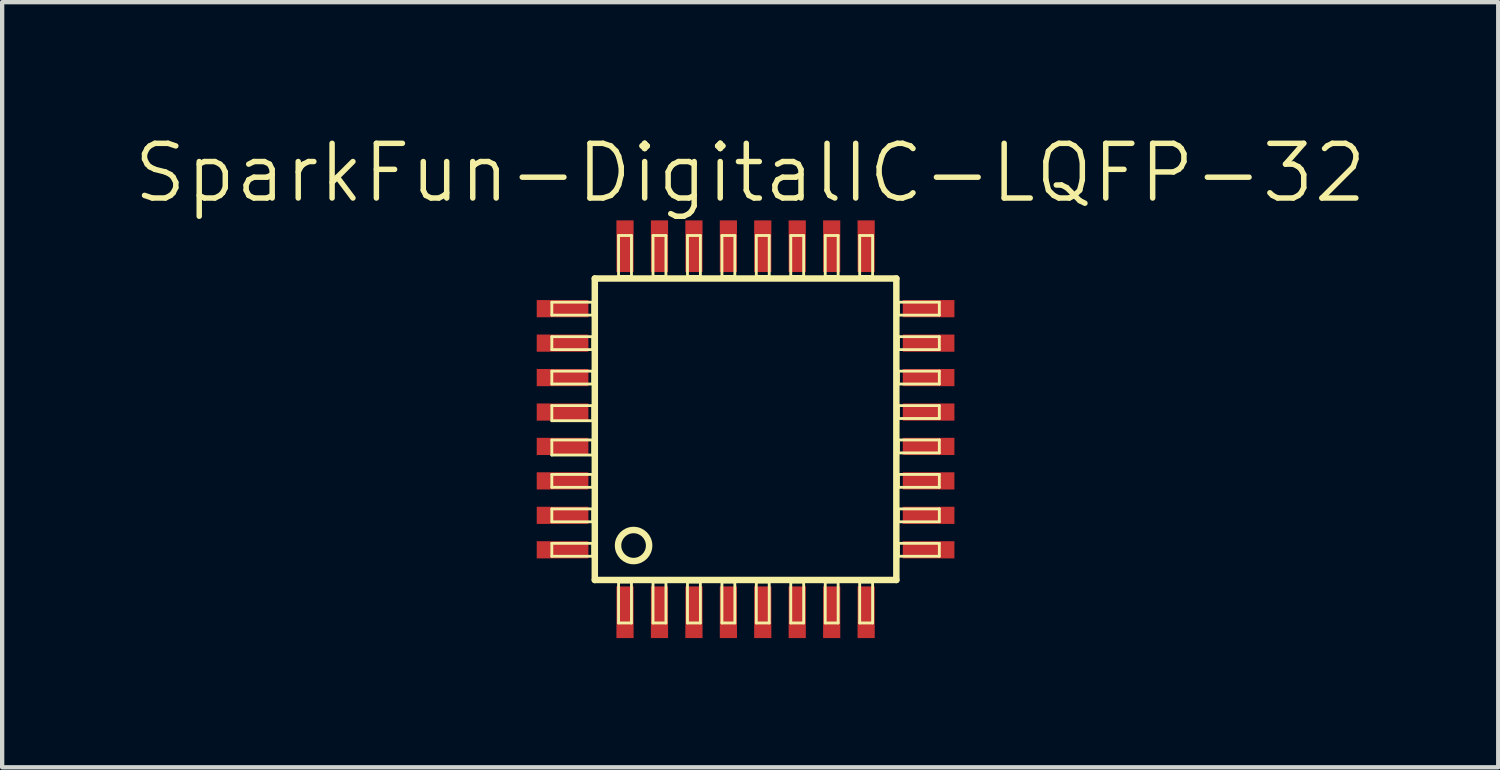
<source format=kicad_pcb>
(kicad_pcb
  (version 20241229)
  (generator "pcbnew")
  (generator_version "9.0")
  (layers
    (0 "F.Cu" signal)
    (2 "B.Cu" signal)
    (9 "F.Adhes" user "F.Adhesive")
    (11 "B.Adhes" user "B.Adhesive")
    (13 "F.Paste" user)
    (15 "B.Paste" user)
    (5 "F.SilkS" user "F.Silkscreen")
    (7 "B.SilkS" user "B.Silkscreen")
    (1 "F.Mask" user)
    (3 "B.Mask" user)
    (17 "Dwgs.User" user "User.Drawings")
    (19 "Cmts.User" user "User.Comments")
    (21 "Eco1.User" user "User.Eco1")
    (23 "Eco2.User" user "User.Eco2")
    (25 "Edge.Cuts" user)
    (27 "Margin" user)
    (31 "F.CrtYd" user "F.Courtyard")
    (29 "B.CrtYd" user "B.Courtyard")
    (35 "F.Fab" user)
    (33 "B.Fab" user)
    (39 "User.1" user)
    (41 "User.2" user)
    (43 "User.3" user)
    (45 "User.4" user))
  (footprint "SparkFun-DigitalIC-LQFP-32"
    (layer "F.Cu")
    (at 14.259 6.915)
    (property "Reference" "SparkFun-DigitalIC-LQFP-32" (at 0.107 -5.949 0) (layer "F.SilkS") (effects (font (size 1.27 1.27) (thickness 0.127))))
    (attr smd)
    (fp_line (start -4.498 -2.949) (end -3.548 -2.949) (stroke (width 0.066) (type solid)) (layer "F.SilkS"))
    (fp_line (start -4.498 -2.649) (end -4.498 -2.949) (stroke (width 0.066) (type solid)) (layer "F.SilkS"))
    (fp_line (start -4.498 -2.649) (end -3.548 -2.649) (stroke (width 0.066) (type solid)) (layer "F.SilkS"))
    (fp_line (start -4.498 -2.149) (end -3.548 -2.149) (stroke (width 0.066) (type solid)) (layer "F.SilkS"))
    (fp_line (start -4.498 -1.849) (end -4.498 -2.149) (stroke (width 0.066) (type solid)) (layer "F.SilkS"))
    (fp_line (start -4.498 -1.849) (end -3.548 -1.849) (stroke (width 0.066) (type solid)) (layer "F.SilkS"))
    (fp_line (start -4.498 -1.349) (end -3.548 -1.349) (stroke (width 0.066) (type solid)) (layer "F.SilkS"))
    (fp_line (start -4.498 -1.049) (end -4.498 -1.349) (stroke (width 0.066) (type solid)) (layer "F.SilkS"))
    (fp_line (start -4.498 -1.049) (end -3.548 -1.049) (stroke (width 0.066) (type solid)) (layer "F.SilkS"))
    (fp_line (start -4.498 -0.549) (end -3.548 -0.549) (stroke (width 0.066) (type solid)) (layer "F.SilkS"))
    (fp_line (start -4.498 -0.198) (end -4.498 -0.549) (stroke (width 0.066) (type solid)) (layer "F.SilkS"))
    (fp_line (start -4.498 -0.198) (end -3.548 -0.198) (stroke (width 0.066) (type solid)) (layer "F.SilkS"))
    (fp_line (start -4.498 0.249) (end -3.548 0.249) (stroke (width 0.066) (type solid)) (layer "F.SilkS"))
    (fp_line (start -4.498 0.599) (end -4.498 0.249) (stroke (width 0.066) (type solid)) (layer "F.SilkS"))
    (fp_line (start -4.498 0.599) (end -3.548 0.599) (stroke (width 0.066) (type solid)) (layer "F.SilkS"))
    (fp_line (start -4.498 1.049) (end -3.548 1.049) (stroke (width 0.066) (type solid)) (layer "F.SilkS"))
    (fp_line (start -4.498 1.349) (end -4.498 1.049) (stroke (width 0.066) (type solid)) (layer "F.SilkS"))
    (fp_line (start -4.498 1.349) (end -3.548 1.349) (stroke (width 0.066) (type solid)) (layer "F.SilkS"))
    (fp_line (start -4.498 1.849) (end -3.548 1.849) (stroke (width 0.066) (type solid)) (layer "F.SilkS"))
    (fp_line (start -4.498 2.149) (end -4.498 1.849) (stroke (width 0.066) (type solid)) (layer "F.SilkS"))
    (fp_line (start -4.498 2.149) (end -3.548 2.149) (stroke (width 0.066) (type solid)) (layer "F.SilkS"))
    (fp_line (start -4.498 2.649) (end -3.548 2.649) (stroke (width 0.066) (type solid)) (layer "F.SilkS"))
    (fp_line (start -4.498 2.949) (end -4.498 2.649) (stroke (width 0.066) (type solid)) (layer "F.SilkS"))
    (fp_line (start -4.498 2.949) (end -3.548 2.949) (stroke (width 0.066) (type solid)) (layer "F.SilkS"))
    (fp_line (start -3.548 -2.649) (end -3.548 -2.949) (stroke (width 0.066) (type solid)) (layer "F.SilkS"))
    (fp_line (start -3.548 -1.849) (end -3.548 -2.149) (stroke (width 0.066) (type solid)) (layer "F.SilkS"))
    (fp_line (start -3.548 -1.049) (end -3.548 -1.349) (stroke (width 0.066) (type solid)) (layer "F.SilkS"))
    (fp_line (start -3.548 -0.198) (end -3.548 -0.549) (stroke (width 0.066) (type solid)) (layer "F.SilkS"))
    (fp_line (start -3.548 0.599) (end -3.548 0.249) (stroke (width 0.066) (type solid)) (layer "F.SilkS"))
    (fp_line (start -3.548 1.349) (end -3.548 1.049) (stroke (width 0.066) (type solid)) (layer "F.SilkS"))
    (fp_line (start -3.548 2.149) (end -3.548 1.849) (stroke (width 0.066) (type solid)) (layer "F.SilkS"))
    (fp_line (start -3.548 2.949) (end -3.548 2.649) (stroke (width 0.066) (type solid)) (layer "F.SilkS"))
    (fp_line (start -3.5 -3.5) (end -3.5 3.5) (stroke (width 0.15) (type solid)) (layer "F.SilkS"))
    (fp_line (start -3.5 3.5) (end 3.5 3.5) (stroke (width 0.15) (type solid)) (layer "F.SilkS"))
    (fp_line (start -2.949 -4.498) (end -2.649 -4.498) (stroke (width 0.066) (type solid)) (layer "F.SilkS"))
    (fp_line (start -2.949 -3.548) (end -2.949 -4.498) (stroke (width 0.066) (type solid)) (layer "F.SilkS"))
    (fp_line (start -2.949 -3.548) (end -2.649 -3.548) (stroke (width 0.066) (type solid)) (layer "F.SilkS"))
    (fp_line (start -2.949 3.548) (end -2.649 3.548) (stroke (width 0.066) (type solid)) (layer "F.SilkS"))
    (fp_line (start -2.949 4.498) (end -2.949 3.548) (stroke (width 0.066) (type solid)) (layer "F.SilkS"))
    (fp_line (start -2.949 4.498) (end -2.649 4.498) (stroke (width 0.066) (type solid)) (layer "F.SilkS"))
    (fp_line (start -2.649 -3.548) (end -2.649 -4.498) (stroke (width 0.066) (type solid)) (layer "F.SilkS"))
    (fp_line (start -2.649 4.498) (end -2.649 3.548) (stroke (width 0.066) (type solid)) (layer "F.SilkS"))
    (fp_line (start -2.149 -4.498) (end -1.849 -4.498) (stroke (width 0.066) (type solid)) (layer "F.SilkS"))
    (fp_line (start -2.149 -3.548) (end -2.149 -4.498) (stroke (width 0.066) (type solid)) (layer "F.SilkS"))
    (fp_line (start -2.149 -3.548) (end -1.849 -3.548) (stroke (width 0.066) (type solid)) (layer "F.SilkS"))
    (fp_line (start -2.149 3.548) (end -1.849 3.548) (stroke (width 0.066) (type solid)) (layer "F.SilkS"))
    (fp_line (start -2.149 4.498) (end -2.149 3.548) (stroke (width 0.066) (type solid)) (layer "F.SilkS"))
    (fp_line (start -2.149 4.498) (end -1.849 4.498) (stroke (width 0.066) (type solid)) (layer "F.SilkS"))
    (fp_line (start -1.849 -3.548) (end -1.849 -4.498) (stroke (width 0.066) (type solid)) (layer "F.SilkS"))
    (fp_line (start -1.849 4.498) (end -1.849 3.548) (stroke (width 0.066) (type solid)) (layer "F.SilkS"))
    (fp_line (start -1.349 -4.498) (end -1.049 -4.498) (stroke (width 0.066) (type solid)) (layer "F.SilkS"))
    (fp_line (start -1.349 -3.548) (end -1.349 -4.498) (stroke (width 0.066) (type solid)) (layer "F.SilkS"))
    (fp_line (start -1.349 -3.548) (end -1.049 -3.548) (stroke (width 0.066) (type solid)) (layer "F.SilkS"))
    (fp_line (start -1.349 3.548) (end -1.049 3.548) (stroke (width 0.066) (type solid)) (layer "F.SilkS"))
    (fp_line (start -1.349 4.498) (end -1.349 3.548) (stroke (width 0.066) (type solid)) (layer "F.SilkS"))
    (fp_line (start -1.349 4.498) (end -1.049 4.498) (stroke (width 0.066) (type solid)) (layer "F.SilkS"))
    (fp_line (start -1.049 -3.548) (end -1.049 -4.498) (stroke (width 0.066) (type solid)) (layer "F.SilkS"))
    (fp_line (start -1.049 4.498) (end -1.049 3.548) (stroke (width 0.066) (type solid)) (layer "F.SilkS"))
    (fp_line (start -0.549 -4.498) (end -0.249 -4.498) (stroke (width 0.066) (type solid)) (layer "F.SilkS"))
    (fp_line (start -0.549 -3.548) (end -0.549 -4.498) (stroke (width 0.066) (type solid)) (layer "F.SilkS"))
    (fp_line (start -0.549 -3.548) (end -0.249 -3.548) (stroke (width 0.066) (type solid)) (layer "F.SilkS"))
    (fp_line (start -0.549 3.548) (end -0.249 3.548) (stroke (width 0.066) (type solid)) (layer "F.SilkS"))
    (fp_line (start -0.549 4.498) (end -0.549 3.548) (stroke (width 0.066) (type solid)) (layer "F.SilkS"))
    (fp_line (start -0.549 4.498) (end -0.249 4.498) (stroke (width 0.066) (type solid)) (layer "F.SilkS"))
    (fp_line (start -0.249 -3.548) (end -0.249 -4.498) (stroke (width 0.066) (type solid)) (layer "F.SilkS"))
    (fp_line (start -0.249 4.498) (end -0.249 3.548) (stroke (width 0.066) (type solid)) (layer "F.SilkS"))
    (fp_line (start 0.249 -4.498) (end 0.549 -4.498) (stroke (width 0.066) (type solid)) (layer "F.SilkS"))
    (fp_line (start 0.249 -3.548) (end 0.249 -4.498) (stroke (width 0.066) (type solid)) (layer "F.SilkS"))
    (fp_line (start 0.249 -3.548) (end 0.549 -3.548) (stroke (width 0.066) (type solid)) (layer "F.SilkS"))
    (fp_line (start 0.249 3.548) (end 0.549 3.548) (stroke (width 0.066) (type solid)) (layer "F.SilkS"))
    (fp_line (start 0.249 4.498) (end 0.249 3.548) (stroke (width 0.066) (type solid)) (layer "F.SilkS"))
    (fp_line (start 0.249 4.498) (end 0.549 4.498) (stroke (width 0.066) (type solid)) (layer "F.SilkS"))
    (fp_line (start 0.549 -3.548) (end 0.549 -4.498) (stroke (width 0.066) (type solid)) (layer "F.SilkS"))
    (fp_line (start 0.549 4.498) (end 0.549 3.548) (stroke (width 0.066) (type solid)) (layer "F.SilkS"))
    (fp_line (start 1.049 -4.498) (end 1.349 -4.498) (stroke (width 0.066) (type solid)) (layer "F.SilkS"))
    (fp_line (start 1.049 -3.548) (end 1.049 -4.498) (stroke (width 0.066) (type solid)) (layer "F.SilkS"))
    (fp_line (start 1.049 -3.548) (end 1.349 -3.548) (stroke (width 0.066) (type solid)) (layer "F.SilkS"))
    (fp_line (start 1.049 3.548) (end 1.349 3.548) (stroke (width 0.066) (type solid)) (layer "F.SilkS"))
    (fp_line (start 1.049 4.498) (end 1.049 3.548) (stroke (width 0.066) (type solid)) (layer "F.SilkS"))
    (fp_line (start 1.049 4.498) (end 1.349 4.498) (stroke (width 0.066) (type solid)) (layer "F.SilkS"))
    (fp_line (start 1.349 -3.548) (end 1.349 -4.498) (stroke (width 0.066) (type solid)) (layer "F.SilkS"))
    (fp_line (start 1.349 4.498) (end 1.349 3.548) (stroke (width 0.066) (type solid)) (layer "F.SilkS"))
    (fp_line (start 1.849 -4.498) (end 2.149 -4.498) (stroke (width 0.066) (type solid)) (layer "F.SilkS"))
    (fp_line (start 1.849 -3.548) (end 1.849 -4.498) (stroke (width 0.066) (type solid)) (layer "F.SilkS"))
    (fp_line (start 1.849 -3.548) (end 2.149 -3.548) (stroke (width 0.066) (type solid)) (layer "F.SilkS"))
    (fp_line (start 1.849 3.548) (end 2.149 3.548) (stroke (width 0.066) (type solid)) (layer "F.SilkS"))
    (fp_line (start 1.849 4.498) (end 1.849 3.548) (stroke (width 0.066) (type solid)) (layer "F.SilkS"))
    (fp_line (start 1.849 4.498) (end 2.149 4.498) (stroke (width 0.066) (type solid)) (layer "F.SilkS"))
    (fp_line (start 2.149 -3.548) (end 2.149 -4.498) (stroke (width 0.066) (type solid)) (layer "F.SilkS"))
    (fp_line (start 2.149 4.498) (end 2.149 3.548) (stroke (width 0.066) (type solid)) (layer "F.SilkS"))
    (fp_line (start 2.649 -4.498) (end 2.949 -4.498) (stroke (width 0.066) (type solid)) (layer "F.SilkS"))
    (fp_line (start 2.649 -3.548) (end 2.649 -4.498) (stroke (width 0.066) (type solid)) (layer "F.SilkS"))
    (fp_line (start 2.649 -3.548) (end 2.949 -3.548) (stroke (width 0.066) (type solid)) (layer "F.SilkS"))
    (fp_line (start 2.649 3.548) (end 2.949 3.548) (stroke (width 0.066) (type solid)) (layer "F.SilkS"))
    (fp_line (start 2.649 4.498) (end 2.649 3.548) (stroke (width 0.066) (type solid)) (layer "F.SilkS"))
    (fp_line (start 2.649 4.498) (end 2.949 4.498) (stroke (width 0.066) (type solid)) (layer "F.SilkS"))
    (fp_line (start 2.949 -3.548) (end 2.949 -4.498) (stroke (width 0.066) (type solid)) (layer "F.SilkS"))
    (fp_line (start 2.949 4.498) (end 2.949 3.548) (stroke (width 0.066) (type solid)) (layer "F.SilkS"))
    (fp_line (start 3.5 -3.5) (end -3.5 -3.5) (stroke (width 0.15) (type solid)) (layer "F.SilkS"))
    (fp_line (start 3.5 3.5) (end 3.5 -3.5) (stroke (width 0.15) (type solid)) (layer "F.SilkS"))
    (fp_line (start 3.548 -2.949) (end 4.498 -2.949) (stroke (width 0.066) (type solid)) (layer "F.SilkS"))
    (fp_line (start 3.548 -2.649) (end 3.548 -2.949) (stroke (width 0.066) (type solid)) (layer "F.SilkS"))
    (fp_line (start 3.548 -2.649) (end 4.498 -2.649) (stroke (width 0.066) (type solid)) (layer "F.SilkS"))
    (fp_line (start 3.548 -2.149) (end 4.498 -2.149) (stroke (width 0.066) (type solid)) (layer "F.SilkS"))
    (fp_line (start 3.548 -1.849) (end 3.548 -2.149) (stroke (width 0.066) (type solid)) (layer "F.SilkS"))
    (fp_line (start 3.548 -1.849) (end 4.498 -1.849) (stroke (width 0.066) (type solid)) (layer "F.SilkS"))
    (fp_line (start 3.548 -1.349) (end 4.498 -1.349) (stroke (width 0.066) (type solid)) (layer "F.SilkS"))
    (fp_line (start 3.548 -1.049) (end 3.548 -1.349) (stroke (width 0.066) (type solid)) (layer "F.SilkS"))
    (fp_line (start 3.548 -1.049) (end 4.498 -1.049) (stroke (width 0.066) (type solid)) (layer "F.SilkS"))
    (fp_line (start 3.548 -0.549) (end 4.498 -0.549) (stroke (width 0.066) (type solid)) (layer "F.SilkS"))
    (fp_line (start 3.548 -0.249) (end 3.548 -0.549) (stroke (width 0.066) (type solid)) (layer "F.SilkS"))
    (fp_line (start 3.548 -0.249) (end 4.498 -0.249) (stroke (width 0.066) (type solid)) (layer "F.SilkS"))
    (fp_line (start 3.548 0.249) (end 4.498 0.249) (stroke (width 0.066) (type solid)) (layer "F.SilkS"))
    (fp_line (start 3.548 0.549) (end 3.548 0.249) (stroke (width 0.066) (type solid)) (layer "F.SilkS"))
    (fp_line (start 3.548 0.549) (end 4.498 0.549) (stroke (width 0.066) (type solid)) (layer "F.SilkS"))
    (fp_line (start 3.548 1.049) (end 4.498 1.049) (stroke (width 0.066) (type solid)) (layer "F.SilkS"))
    (fp_line (start 3.548 1.349) (end 3.548 1.049) (stroke (width 0.066) (type solid)) (layer "F.SilkS"))
    (fp_line (start 3.548 1.349) (end 4.498 1.349) (stroke (width 0.066) (type solid)) (layer "F.SilkS"))
    (fp_line (start 3.548 1.849) (end 4.498 1.849) (stroke (width 0.066) (type solid)) (layer "F.SilkS"))
    (fp_line (start 3.548 2.149) (end 3.548 1.849) (stroke (width 0.066) (type solid)) (layer "F.SilkS"))
    (fp_line (start 3.548 2.149) (end 4.498 2.149) (stroke (width 0.066) (type solid)) (layer "F.SilkS"))
    (fp_line (start 3.548 2.649) (end 4.498 2.649) (stroke (width 0.066) (type solid)) (layer "F.SilkS"))
    (fp_line (start 3.548 2.949) (end 3.548 2.649) (stroke (width 0.066) (type solid)) (layer "F.SilkS"))
    (fp_line (start 3.548 2.949) (end 4.498 2.949) (stroke (width 0.066) (type solid)) (layer "F.SilkS"))
    (fp_line (start 4.498 -2.649) (end 4.498 -2.949) (stroke (width 0.066) (type solid)) (layer "F.SilkS"))
    (fp_line (start 4.498 -1.849) (end 4.498 -2.149) (stroke (width 0.066) (type solid)) (layer "F.SilkS"))
    (fp_line (start 4.498 -1.049) (end 4.498 -1.349) (stroke (width 0.066) (type solid)) (layer "F.SilkS"))
    (fp_line (start 4.498 -0.249) (end 4.498 -0.549) (stroke (width 0.066) (type solid)) (layer "F.SilkS"))
    (fp_line (start 4.498 0.549) (end 4.498 0.249) (stroke (width 0.066) (type solid)) (layer "F.SilkS"))
    (fp_line (start 4.498 1.349) (end 4.498 1.049) (stroke (width 0.066) (type solid)) (layer "F.SilkS"))
    (fp_line (start 4.498 2.149) (end 4.498 1.849) (stroke (width 0.066) (type solid)) (layer "F.SilkS"))
    (fp_line (start 4.498 2.949) (end 4.498 2.649) (stroke (width 0.066) (type solid)) (layer "F.SilkS"))
    (fp_circle (center -2.6 2.7) (end -2.3 2.9) (stroke (width 0.15) (type solid)) (fill no) (layer "F.SilkS"))
    (pad "1" smd rect (at -2.799 4.249) (size 0.399 1.199) (layers "F.Cu" "F.Mask" "F.Paste"))
    (pad "2" smd rect (at -1.999 4.249) (size 0.399 1.199) (layers "F.Cu" "F.Mask" "F.Paste"))
    (pad "3" smd rect (at -1.199 4.249) (size 0.399 1.199) (layers "F.Cu" "F.Mask" "F.Paste"))
    (pad "4" smd rect (at -0.399 4.249) (size 0.399 1.199) (layers "F.Cu" "F.Mask" "F.Paste"))
    (pad "5" smd rect (at 0.399 4.249) (size 0.399 1.199) (layers "F.Cu" "F.Mask" "F.Paste"))
    (pad "6" smd rect (at 1.199 4.249) (size 0.399 1.199) (layers "F.Cu" "F.Mask" "F.Paste"))
    (pad "7" smd rect (at 1.999 4.249) (size 0.399 1.199) (layers "F.Cu" "F.Mask" "F.Paste"))
    (pad "8" smd rect (at 2.799 4.249) (size 0.399 1.199) (layers "F.Cu" "F.Mask" "F.Paste"))
    (pad "9" smd rect (at 4.249 2.799) (size 1.199 0.399) (layers "F.Cu" "F.Mask" "F.Paste"))
    (pad "10" smd rect (at 4.249 1.999) (size 1.199 0.399) (layers "F.Cu" "F.Mask" "F.Paste"))
    (pad "11" smd rect (at 4.249 1.199) (size 1.199 0.399) (layers "F.Cu" "F.Mask" "F.Paste"))
    (pad "12" smd rect (at 4.249 0.399) (size 1.199 0.399) (layers "F.Cu" "F.Mask" "F.Paste"))
    (pad "13" smd rect (at 4.249 -0.399) (size 1.199 0.399) (layers "F.Cu" "F.Mask" "F.Paste"))
    (pad "14" smd rect (at 4.249 -1.199) (size 1.199 0.399) (layers "F.Cu" "F.Mask" "F.Paste"))
    (pad "15" smd rect (at 4.249 -1.999) (size 1.199 0.399) (layers "F.Cu" "F.Mask" "F.Paste"))
    (pad "16" smd rect (at 4.249 -2.799) (size 1.199 0.399) (layers "F.Cu" "F.Mask" "F.Paste"))
    (pad "17" smd rect (at 2.799 -4.249) (size 0.399 1.199) (layers "F.Cu" "F.Mask" "F.Paste"))
    (pad "18" smd rect (at 1.999 -4.249) (size 0.399 1.199) (layers "F.Cu" "F.Mask" "F.Paste"))
    (pad "19" smd rect (at 1.199 -4.249) (size 0.399 1.199) (layers "F.Cu" "F.Mask" "F.Paste"))
    (pad "20" smd rect (at 0.399 -4.249) (size 0.399 1.199) (layers "F.Cu" "F.Mask" "F.Paste"))
    (pad "21" smd rect (at -0.399 -4.249) (size 0.399 1.199) (layers "F.Cu" "F.Mask" "F.Paste"))
    (pad "22" smd rect (at -1.199 -4.249) (size 0.399 1.199) (layers "F.Cu" "F.Mask" "F.Paste"))
    (pad "23" smd rect (at -1.999 -4.249) (size 0.399 1.199) (layers "F.Cu" "F.Mask" "F.Paste"))
    (pad "24" smd rect (at -2.799 -4.249) (size 0.399 1.199) (layers "F.Cu" "F.Mask" "F.Paste"))
    (pad "25" smd rect (at -4.249 -2.799) (size 1.199 0.399) (layers "F.Cu" "F.Mask" "F.Paste"))
    (pad "26" smd rect (at -4.249 -1.999) (size 1.199 0.399) (layers "F.Cu" "F.Mask" "F.Paste"))
    (pad "27" smd rect (at -4.249 -1.199) (size 1.199 0.399) (layers "F.Cu" "F.Mask" "F.Paste"))
    (pad "28" smd rect (at -4.249 -0.399) (size 1.199 0.399) (layers "F.Cu" "F.Mask" "F.Paste"))
    (pad "29" smd rect (at -4.249 0.399) (size 1.199 0.399) (layers "F.Cu" "F.Mask" "F.Paste"))
    (pad "30" smd rect (at -4.249 1.199) (size 1.199 0.399) (layers "F.Cu" "F.Mask" "F.Paste"))
    (pad "31" smd rect (at -4.249 1.999) (size 1.199 0.399) (layers "F.Cu" "F.Mask" "F.Paste"))
    (pad "32" smd rect (at -4.249 2.799) (size 1.199 0.399) (layers "F.Cu" "F.Mask" "F.Paste")))
  (gr_rect
    (start -3 -3)
    (end 31.732 14.763)
    (stroke (width 0.1) (type default))
    (fill no)
    (layer "Edge.Cuts")))
</source>
